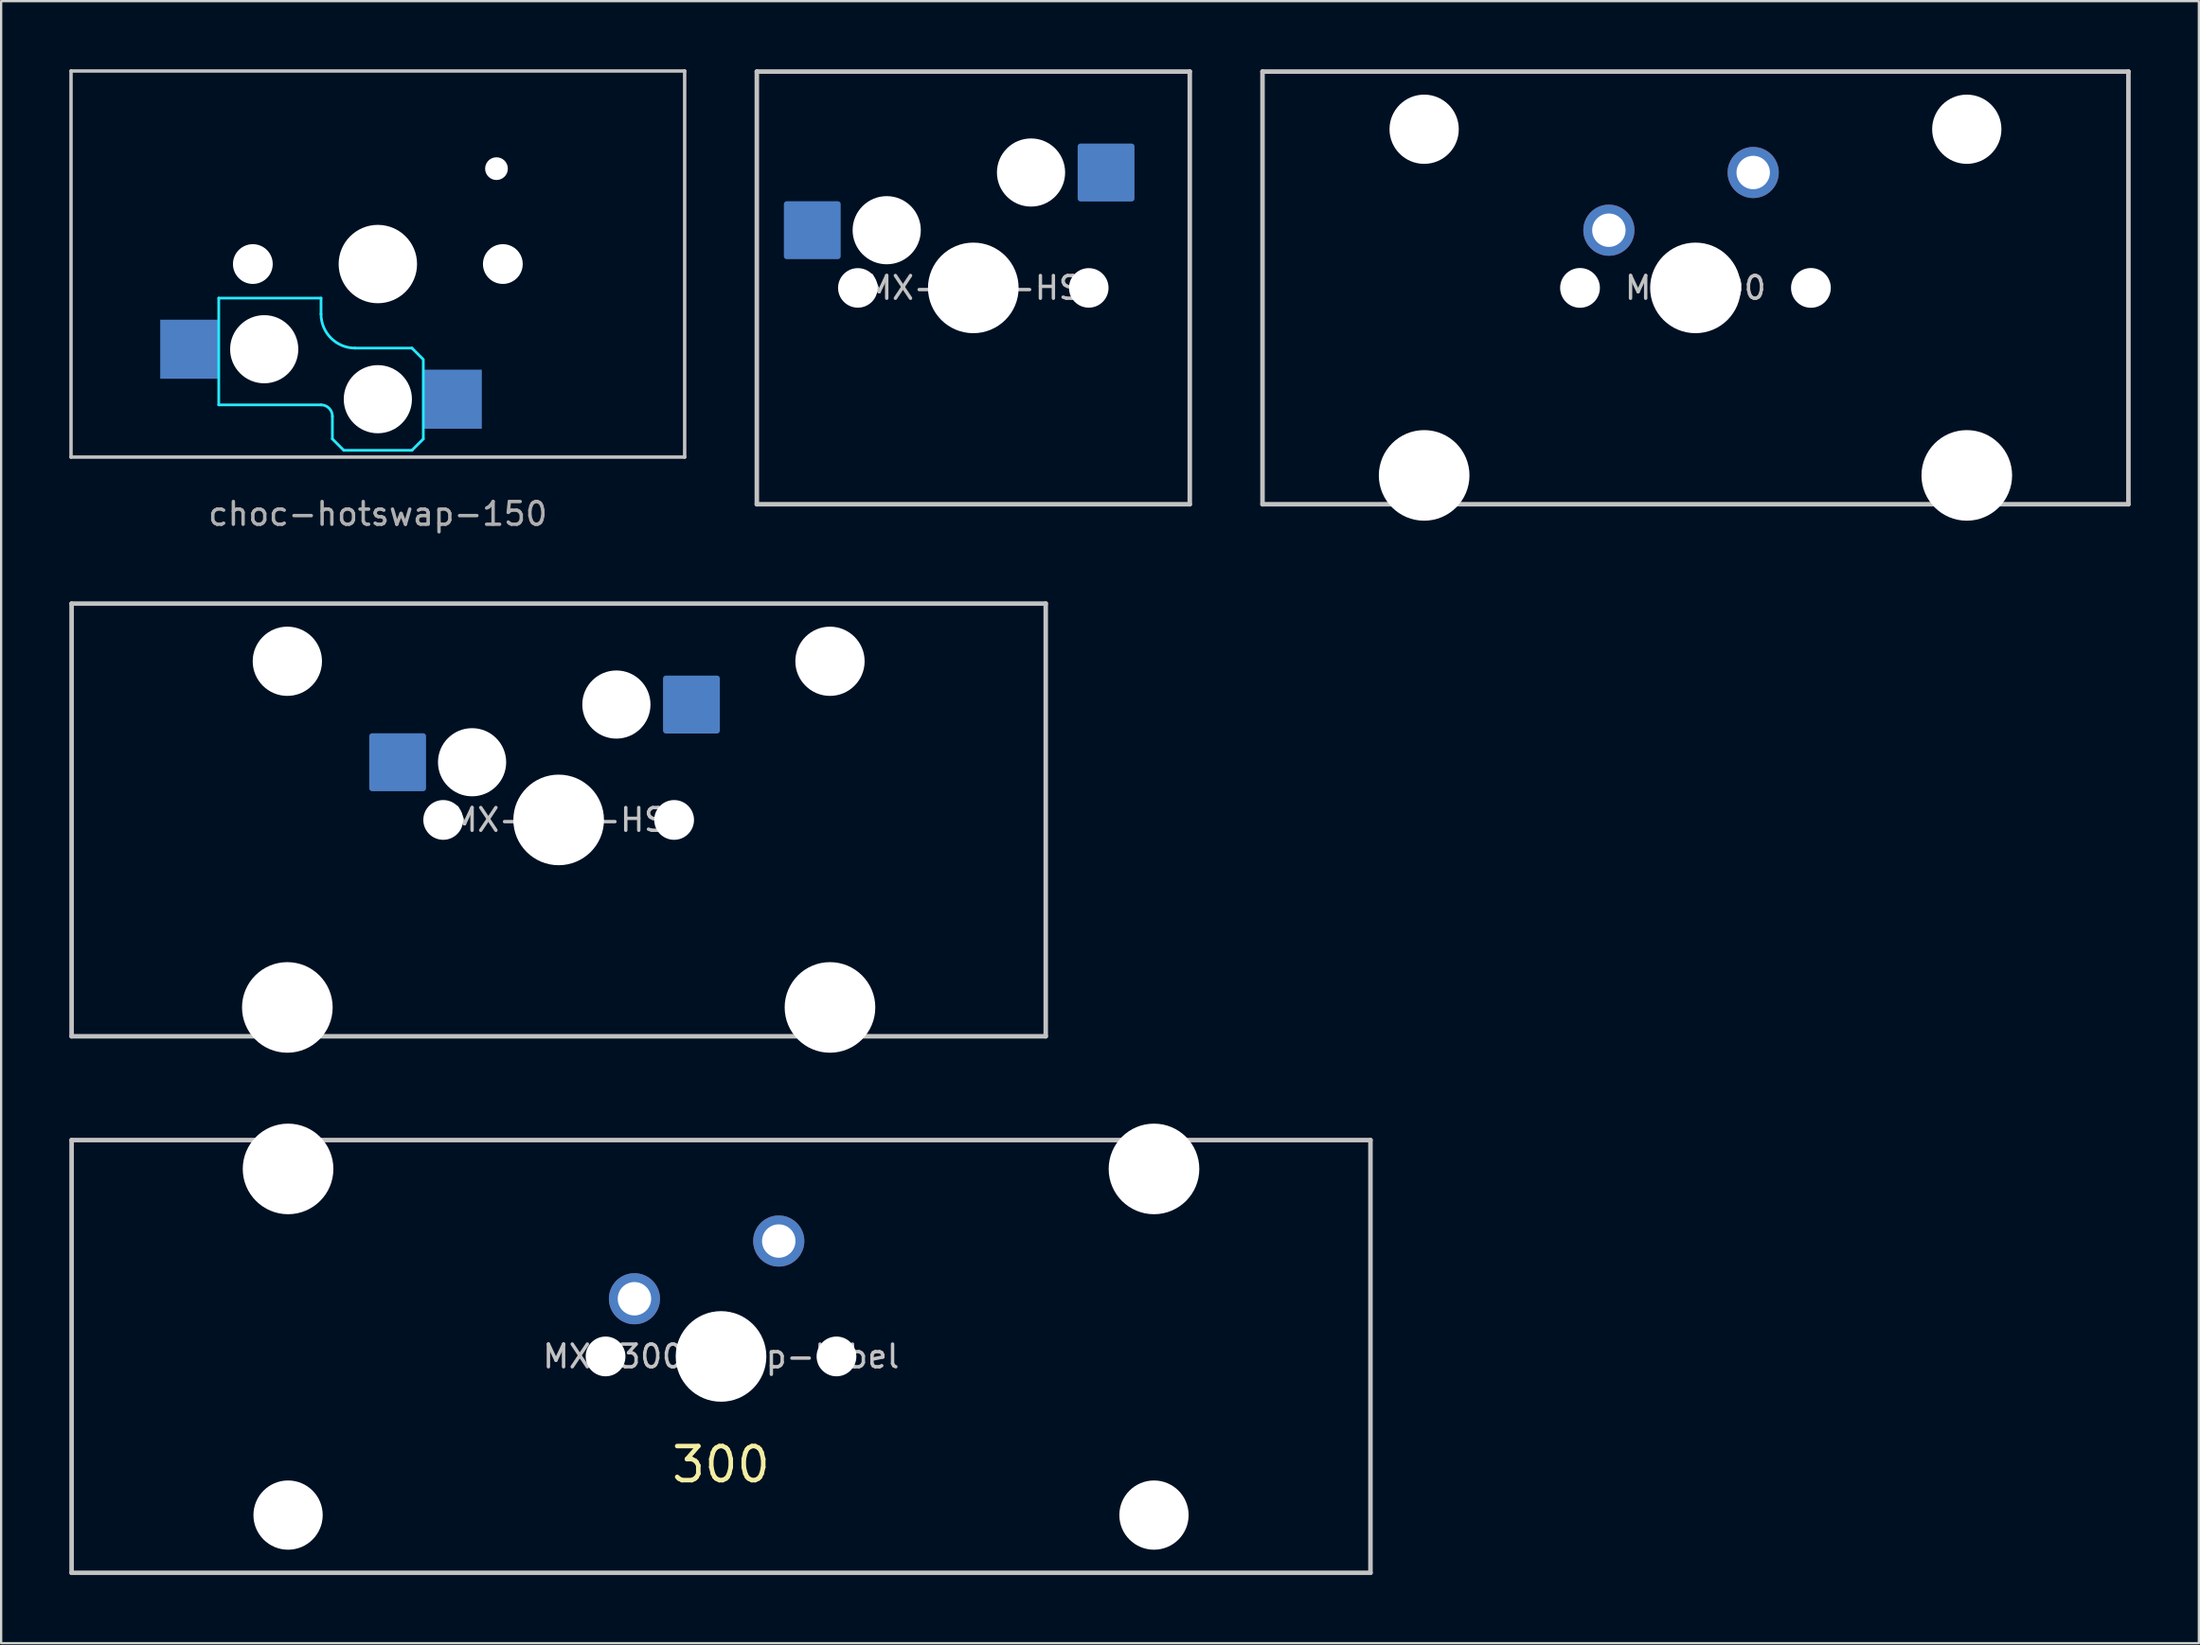
<source format=kicad_pcb>
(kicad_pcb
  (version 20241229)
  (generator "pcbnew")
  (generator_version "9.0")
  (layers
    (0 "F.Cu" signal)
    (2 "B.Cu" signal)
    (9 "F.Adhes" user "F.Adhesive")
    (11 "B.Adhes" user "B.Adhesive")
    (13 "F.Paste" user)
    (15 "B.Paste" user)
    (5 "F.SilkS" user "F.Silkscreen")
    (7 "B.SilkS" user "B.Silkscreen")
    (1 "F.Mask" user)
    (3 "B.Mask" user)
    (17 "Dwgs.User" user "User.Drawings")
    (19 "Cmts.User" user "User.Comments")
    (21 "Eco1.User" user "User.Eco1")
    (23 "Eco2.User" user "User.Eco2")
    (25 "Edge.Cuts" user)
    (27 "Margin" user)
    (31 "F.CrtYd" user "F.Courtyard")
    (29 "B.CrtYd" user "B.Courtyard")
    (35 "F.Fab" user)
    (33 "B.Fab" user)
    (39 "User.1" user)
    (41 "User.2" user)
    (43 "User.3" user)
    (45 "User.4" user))
  (footprint "choc-hotswap-150"
    (layer "F.Cu")
    (at 13.575 8.575)
    (property "Reference" "choc-hotswap-150" (at 0 11 0) (layer "F.Fab") (effects (font (size 1 1) (thickness 0.15))))
    (attr smd)
    (fp_line (start -13.5 -8.5) (end 13.5 -8.5) (stroke (width 0.15) (type solid)) (layer "Dwgs.User"))
    (fp_line (start -13.5 8.5) (end -13.5 -8.5) (stroke (width 0.15) (type solid)) (layer "Dwgs.User"))
    (fp_line (start -13.5 8.5) (end 13.5 8.5) (stroke (width 0.15) (type solid)) (layer "Dwgs.User"))
    (fp_line (start 13.5 -8.5) (end 13.5 8.5) (stroke (width 0.15) (type solid)) (layer "Dwgs.User"))
    (fp_line (start -6.9 6.9) (end -6.9 -6.9) (stroke (width 0.15) (type solid)) (layer "Eco1.User"))
    (fp_line (start -6.9 6.9) (end 6.9 6.9) (stroke (width 0.15) (type solid)) (layer "Eco1.User"))
    (fp_line (start 6.9 -6.9) (end -6.9 -6.9) (stroke (width 0.15) (type solid)) (layer "Eco1.User"))
    (fp_line (start 6.9 -6.9) (end 6.9 6.9) (stroke (width 0.15) (type solid)) (layer "Eco1.User"))
    (fp_line (start -7 1.5) (end -7 6.2) (stroke (width 0.12) (type solid)) (layer "B.CrtYd"))
    (fp_line (start -7 6.2) (end -2.5 6.2) (stroke (width 0.12) (type solid)) (layer "B.CrtYd"))
    (fp_line (start -2.5 1.5) (end -7 1.5) (stroke (width 0.12) (type solid)) (layer "B.CrtYd"))
    (fp_line (start -2.5 2.2) (end -2.5 1.5) (stroke (width 0.12) (type solid)) (layer "B.CrtYd"))
    (fp_line (start -2 6.7) (end -2 7.7) (stroke (width 0.12) (type solid)) (layer "B.CrtYd"))
    (fp_line (start -1.5 8.2) (end -2 7.7) (stroke (width 0.12) (type solid)) (layer "B.CrtYd"))
    (fp_line (start 1.5 3.7) (end -1 3.7) (stroke (width 0.12) (type solid)) (layer "B.CrtYd"))
    (fp_line (start 1.5 8.2) (end -1.5 8.2) (stroke (width 0.12) (type solid)) (layer "B.CrtYd"))
    (fp_line (start 2 4.2) (end 1.5 3.7) (stroke (width 0.12) (type solid)) (layer "B.CrtYd"))
    (fp_line (start 2 4.25) (end 2 7.7) (stroke (width 0.12) (type solid)) (layer "B.CrtYd"))
    (fp_line (start 2 7.7) (end 1.5 8.2) (stroke (width 0.12) (type solid)) (layer "B.CrtYd"))
    (fp_arc (start -2.5 6.2) (mid -2.146447 6.346447) (end -2 6.7) (stroke (width 0.12) (type solid)) (layer "B.CrtYd"))
    (fp_arc (start -1 3.7) (mid -2.06066 3.26066) (end -2.5 2.2) (stroke (width 0.12) (type solid)) (layer "B.CrtYd"))
    (pad "" np_thru_hole circle (at -5.5 0) (size 1.75 1.75) (drill 1.75) (layers "*.Cu" "*.Mask"))
    (pad "" np_thru_hole circle (at -5 3.75) (size 3 3) (drill 3) (layers "*.Cu" "*.Mask"))
    (pad "" np_thru_hole circle (at 0 0) (size 3.45 3.45) (drill 3.45) (layers "*.Cu" "*.Mask"))
    (pad "" np_thru_hole circle (at 0 5.95) (size 3 3) (drill 3) (layers "*.Cu" "*.Mask"))
    (pad "" np_thru_hole circle (at 5.22 -4.2) (size 1 1) (drill 1) (layers "*.Cu" "*.Mask"))
    (pad "" np_thru_hole circle (at 5.5 0) (size 1.75 1.75) (drill 1.75) (layers "*.Cu" "*.Mask"))
    (pad "1" smd rect (at 3.275 5.95) (size 2.6 2.6) (layers "B.Cu" "B.Mask" "B.Paste"))
    (pad "2" smd rect (at -8.275 3.75) (size 2.6 2.6) (layers "B.Cu" "B.Mask" "B.Paste")))
  (footprint "MX-300-sflip-label"
    (layer "F.Cu")
    (at 28.675 56.668)
    (property "Reference" "MX-300-sflip-label" (at 0 0 0) (layer "Dwgs.User") (effects (font (size 1 1) (thickness 0.15))))
    (attr through_hole)
    (fp_line (start -28.575 -9.525) (end 28.575 -9.525) (stroke (width 0.2) (type solid)) (layer "Dwgs.User"))
    (fp_line (start -28.575 9.525) (end -28.575 -9.525) (stroke (width 0.2) (type solid)) (layer "Dwgs.User"))
    (fp_line (start -28.575 9.525) (end 28.575 9.525) (stroke (width 0.2) (type solid)) (layer "Dwgs.User"))
    (fp_line (start 28.575 -9.525) (end 28.575 9.525) (stroke (width 0.2) (type solid)) (layer "Dwgs.User"))
    (fp_line (start -22.48 -10.25) (end -22.48 8.95) (stroke (width 0.12) (type solid)) (layer "Eco1.User"))
    (fp_line (start -22.48 8.95) (end -15.62 8.95) (stroke (width 0.12) (type solid)) (layer "Eco1.User"))
    (fp_line (start -15.62 -7) (end -7 -7) (stroke (width 0.12) (type solid)) (layer "Eco1.User"))
    (fp_line (start -15.62 8.95) (end -15.62 -7) (stroke (width 0.12) (type solid)) (layer "Eco1.User"))
    (fp_line (start -7 7) (end -7 -7) (stroke (width 0.12) (type solid)) (layer "Eco1.User"))
    (fp_line (start 7 -7) (end 15.62 -7) (stroke (width 0.12) (type solid)) (layer "Eco1.User"))
    (fp_line (start 7 7) (end -7 7) (stroke (width 0.12) (type solid)) (layer "Eco1.User"))
    (fp_line (start 7 7) (end 7 -7) (stroke (width 0.12) (type solid)) (layer "Eco1.User"))
    (fp_line (start 15.62 -7) (end 15.62 8.95) (stroke (width 0.12) (type solid)) (layer "Eco1.User"))
    (fp_line (start 15.62 8.95) (end 22.48 8.95) (stroke (width 0.12) (type solid)) (layer "Eco1.User"))
    (fp_line (start 22.48 -10.25) (end -22.48 -10.25) (stroke (width 0.12) (type solid)) (layer "Eco1.User"))
    (fp_line (start 22.48 8.95) (end 22.48 -10.25) (stroke (width 0.12) (type solid)) (layer "Eco1.User"))
    (fp_circle (center -19.05 6.985) (end -21.55 6.985) (stroke (width 0.12) (type solid)) (fill no) (layer "Eco2.User"))
    (fp_circle (center 19.05 6.985) (end 16.55 6.985) (stroke (width 0.12) (type solid)) (fill no) (layer "Eco2.User"))
    (fp_text user "300" (at 0 4.763 0) (layer "F.SilkS") (effects (font (size 1.5 1.5) (thickness 0.2))))
    (pad "" np_thru_hole circle (at -19.05 -8.255 180) (size 3.988 3.988) (drill 3.988) (layers "*.Cu" "*.Mask"))
    (pad "" np_thru_hole circle (at -19.05 6.985 180) (size 3.048 3.048) (drill 3.048) (layers "*.Cu" "*.Mask"))
    (pad "" np_thru_hole circle (at -5.08 0) (size 1.75 1.75) (drill 1.75) (layers "*.Cu" "*.Mask"))
    (pad "" np_thru_hole circle (at 0 0) (size 3.988 3.988) (drill 3.988) (layers "*.Cu" "*.Mask"))
    (pad "" np_thru_hole circle (at 5.08 0) (size 1.75 1.75) (drill 1.75) (layers "*.Cu" "*.Mask"))
    (pad "" np_thru_hole circle (at 19.05 -8.255 180) (size 3.988 3.988) (drill 3.988) (layers "*.Cu" "*.Mask"))
    (pad "" np_thru_hole circle (at 19.05 6.985 180) (size 3.048 3.048) (drill 3.048) (layers "*.Cu" "*.Mask"))
    (pad "1" thru_hole circle (at 2.54 -5.08) (size 2.25 2.25) (drill 1.47) (layers "*.Cu" "B.Mask"))
    (pad "2" thru_hole circle (at -3.81 -2.54) (size 2.25 2.25) (drill 1.47) (layers "*.Cu" "B.Mask")))
  (footprint "MX-200"
    (layer "F.Cu")
    (at 71.55 9.625)
    (property "Reference" "MX-200" (at 0 0 0) (layer "Dwgs.User") (effects (font (size 1 1) (thickness 0.15))))
    (attr through_hole)
    (fp_line (start -19.05 9.525) (end -19.05 -9.525) (stroke (width 0.2) (type solid)) (layer "Dwgs.User"))
    (fp_line (start 19.05 -9.525) (end -19.05 -9.525) (stroke (width 0.2) (type solid)) (layer "Dwgs.User"))
    (fp_line (start 19.05 -9.525) (end 19.05 9.525) (stroke (width 0.2) (type solid)) (layer "Dwgs.User"))
    (fp_line (start 19.05 9.525) (end -19.05 9.525) (stroke (width 0.2) (type solid)) (layer "Dwgs.User"))
    (fp_line (start -15.368 -8.95) (end -15.368 10.25) (stroke (width 0.12) (type solid)) (layer "Eco1.User"))
    (fp_line (start -15.368 10.25) (end 15.368 10.25) (stroke (width 0.12) (type solid)) (layer "Eco1.User"))
    (fp_line (start -8.508 -8.95) (end -15.368 -8.95) (stroke (width 0.12) (type solid)) (layer "Eco1.User"))
    (fp_line (start -8.508 7) (end -8.508 -8.95) (stroke (width 0.12) (type solid)) (layer "Eco1.User"))
    (fp_line (start -7 -7) (end -7 7) (stroke (width 0.12) (type solid)) (layer "Eco1.User"))
    (fp_line (start -7 -7) (end 7 -7) (stroke (width 0.12) (type solid)) (layer "Eco1.User"))
    (fp_line (start -7 7) (end -8.508 7) (stroke (width 0.12) (type solid)) (layer "Eco1.User"))
    (fp_line (start 7 -7) (end 7 7) (stroke (width 0.12) (type solid)) (layer "Eco1.User"))
    (fp_line (start 8.508 -8.95) (end 8.508 7) (stroke (width 0.12) (type solid)) (layer "Eco1.User"))
    (fp_line (start 8.508 7) (end 7 7) (stroke (width 0.12) (type solid)) (layer "Eco1.User"))
    (fp_line (start 15.368 -8.95) (end 8.508 -8.95) (stroke (width 0.12) (type solid)) (layer "Eco1.User"))
    (fp_line (start 15.368 10.25) (end 15.368 -8.95) (stroke (width 0.12) (type solid)) (layer "Eco1.User"))
    (fp_circle (center -11.938 -6.985) (end -9.438 -6.985) (stroke (width 0.12) (type solid)) (fill no) (layer "Eco2.User"))
    (fp_circle (center 11.938 -6.985) (end 14.438 -6.985) (stroke (width 0.12) (type solid)) (fill no) (layer "Eco2.User"))
    (pad "" np_thru_hole circle (at -11.938 -6.985) (size 3.048 3.048) (drill 3.048) (layers "*.Cu" "*.Mask"))
    (pad "" np_thru_hole circle (at -11.938 8.255) (size 3.988 3.988) (drill 3.988) (layers "*.Cu" "*.Mask"))
    (pad "" np_thru_hole circle (at -5.08 0) (size 1.75 1.75) (drill 1.75) (layers "*.Cu" "*.Mask"))
    (pad "" np_thru_hole circle (at 0 0) (size 3.988 3.988) (drill 3.988) (layers "*.Cu" "*.Mask"))
    (pad "" np_thru_hole circle (at 5.08 0) (size 1.75 1.75) (drill 1.75) (layers "*.Cu" "*.Mask"))
    (pad "" np_thru_hole circle (at 11.938 -6.985) (size 3.048 3.048) (drill 3.048) (layers "*.Cu" "*.Mask"))
    (pad "" np_thru_hole circle (at 11.938 8.255) (size 3.988 3.988) (drill 3.988) (layers "*.Cu" "*.Mask"))
    (pad "1" thru_hole circle (at 2.54 -5.08) (size 2.25 2.25) (drill 1.47) (layers "*.Cu" "B.Mask"))
    (pad "2" thru_hole circle (at -3.81 -2.54) (size 2.25 2.25) (drill 1.47) (layers "*.Cu" "B.Mask")))
  (footprint "MX-100-HS"
    (layer "F.Cu")
    (at 39.775 9.625)
    (property "Reference" "MX-100-HS" (at 0 0 0) (layer "Dwgs.User") (effects (font (size 1 1) (thickness 0.15))))
    (attr through_hole)
    (fp_line (start -9.525 -9.525) (end 9.525 -9.525) (stroke (width 0.2) (type solid)) (layer "Dwgs.User"))
    (fp_line (start -9.525 9.525) (end -9.525 -9.525) (stroke (width 0.2) (type solid)) (layer "Dwgs.User"))
    (fp_line (start 9.525 -9.525) (end 9.525 9.525) (stroke (width 0.2) (type solid)) (layer "Dwgs.User"))
    (fp_line (start 9.525 9.525) (end -9.525 9.525) (stroke (width 0.2) (type solid)) (layer "Dwgs.User"))
    (fp_line (start -7 -7) (end 7 -7) (stroke (width 0.12) (type solid)) (layer "Eco1.User"))
    (fp_line (start -7 7) (end -7 -7) (stroke (width 0.12) (type solid)) (layer "Eco1.User"))
    (fp_line (start -7 7) (end 7 7) (stroke (width 0.12) (type solid)) (layer "Eco1.User"))
    (fp_line (start 7 7) (end 7 -7) (stroke (width 0.12) (type solid)) (layer "Eco1.User"))
    (pad "" np_thru_hole circle (at -5.08 0) (size 1.74 1.74) (drill 1.74) (layers "*.Cu" "*.Mask"))
    (pad "" np_thru_hole circle (at -3.81 -2.54) (size 3 3) (drill 3) (layers "*.Cu" "*.Mask"))
    (pad "" np_thru_hole circle (at 0 0) (size 3.988 3.988) (drill 3.988) (layers "*.Cu" "*.Mask"))
    (pad "" np_thru_hole circle (at 2.54 -5.08) (size 3 3) (drill 3) (layers "*.Cu" "*.Mask"))
    (pad "" np_thru_hole circle (at 5.08 0) (size 1.74 1.74) (drill 1.74) (layers "*.Cu" "*.Mask"))
    (pad "1" smd roundrect (at 5.842 -5.08) (size 2.5 2.55) (layers "B.Cu" "B.Mask" "B.Paste") (roundrect_rratio 0.05))
    (pad "2" smd roundrect (at -7.085 -2.54) (size 2.5 2.55) (layers "B.Cu" "B.Mask" "B.Paste") (roundrect_rratio 0.05)))
  (footprint "MX-225-HS"
    (layer "F.Cu")
    (at 21.531 33.048)
    (property "Reference" "MX-225-HS" (at 0 0 0) (layer "Dwgs.User") (effects (font (size 1 1) (thickness 0.15))))
    (attr through_hole)
    (fp_line (start -21.431 9.525) (end -21.431 -9.525) (stroke (width 0.2) (type solid)) (layer "Dwgs.User"))
    (fp_line (start 21.431 -9.525) (end -21.431 -9.525) (stroke (width 0.2) (type solid)) (layer "Dwgs.User"))
    (fp_line (start 21.431 -9.525) (end 21.431 9.525) (stroke (width 0.2) (type solid)) (layer "Dwgs.User"))
    (fp_line (start 21.431 9.525) (end -21.431 9.525) (stroke (width 0.2) (type solid)) (layer "Dwgs.User"))
    (fp_line (start -15.368 -8.95) (end -15.368 10.25) (stroke (width 0.12) (type solid)) (layer "Eco1.User"))
    (fp_line (start -15.368 10.25) (end 15.368 10.25) (stroke (width 0.12) (type solid)) (layer "Eco1.User"))
    (fp_line (start -8.508 -8.95) (end -15.368 -8.95) (stroke (width 0.12) (type solid)) (layer "Eco1.User"))
    (fp_line (start -8.508 7) (end -8.508 -8.95) (stroke (width 0.12) (type solid)) (layer "Eco1.User"))
    (fp_line (start -7 -7) (end -7 7) (stroke (width 0.12) (type solid)) (layer "Eco1.User"))
    (fp_line (start -7 -7) (end 7 -7) (stroke (width 0.12) (type solid)) (layer "Eco1.User"))
    (fp_line (start -7 7) (end -8.508 7) (stroke (width 0.12) (type solid)) (layer "Eco1.User"))
    (fp_line (start 7 -7) (end 7 7) (stroke (width 0.12) (type solid)) (layer "Eco1.User"))
    (fp_line (start 8.508 -8.95) (end 8.508 7) (stroke (width 0.12) (type solid)) (layer "Eco1.User"))
    (fp_line (start 8.508 7) (end 7 7) (stroke (width 0.12) (type solid)) (layer "Eco1.User"))
    (fp_line (start 15.368 -8.95) (end 8.508 -8.95) (stroke (width 0.12) (type solid)) (layer "Eco1.User"))
    (fp_line (start 15.368 10.25) (end 15.368 -8.95) (stroke (width 0.12) (type solid)) (layer "Eco1.User"))
    (fp_circle (center -11.938 -6.985) (end -9.438 -6.985) (stroke (width 0.12) (type solid)) (fill no) (layer "Eco2.User"))
    (fp_circle (center 11.938 -6.985) (end 14.438 -6.985) (stroke (width 0.12) (type solid)) (fill no) (layer "Eco2.User"))
    (pad "" np_thru_hole circle (at -11.938 -6.985) (size 3.048 3.048) (drill 3.048) (layers "*.Cu" "*.Mask"))
    (pad "" np_thru_hole circle (at -11.938 8.255) (size 3.988 3.988) (drill 3.988) (layers "*.Cu" "*.Mask"))
    (pad "" np_thru_hole circle (at -5.08 0) (size 1.75 1.75) (drill 1.75) (layers "*.Cu" "*.Mask"))
    (pad "" np_thru_hole circle (at -3.81 -2.54) (size 3 3) (drill 3) (layers "*.Cu" "*.Mask"))
    (pad "" np_thru_hole circle (at 0 0) (size 3.988 3.988) (drill 3.988) (layers "*.Cu" "*.Mask"))
    (pad "" np_thru_hole circle (at 2.54 -5.08) (size 3 3) (drill 3) (layers "*.Cu" "*.Mask"))
    (pad "" np_thru_hole circle (at 5.08 0) (size 1.75 1.75) (drill 1.75) (layers "*.Cu" "*.Mask"))
    (pad "" np_thru_hole circle (at 11.938 -6.985) (size 3.048 3.048) (drill 3.048) (layers "*.Cu" "*.Mask"))
    (pad "" np_thru_hole circle (at 11.938 8.255) (size 3.988 3.988) (drill 3.988) (layers "*.Cu" "*.Mask"))
    (pad "1" smd roundrect (at 5.842 -5.08) (size 2.5 2.55) (layers "B.Cu" "B.Mask" "B.Paste") (roundrect_rratio 0.05))
    (pad "2" smd roundrect (at -7.085 -2.54) (size 2.5 2.55) (layers "B.Cu" "B.Mask" "B.Paste") (roundrect_rratio 0.05)))
  (gr_rect
    (start -3 -3)
    (end 93.7 69.293)
    (stroke (width 0.1) (type default))
    (fill no)
    (layer "Edge.Cuts")))
</source>
